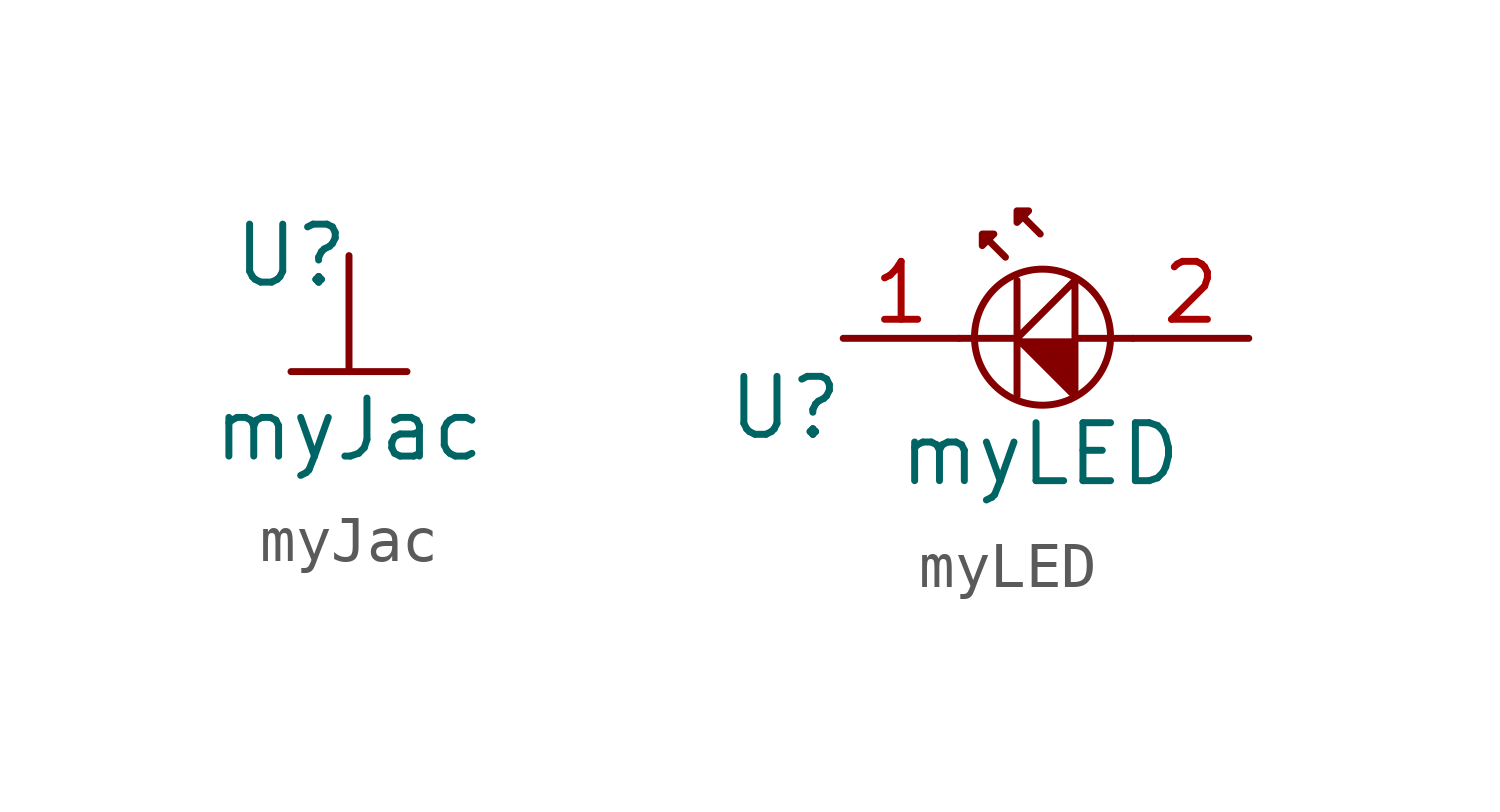
<source format=kicad_sym>
(kicad_symbol_lib
  (version 20211014)
  (generator kicad_symbol_editor)
  (symbol "myJac"
    (property "Reference" "U"
      (at -1.27 1.27 0)
      (effects (font (size 1.27 1.27))))
    (property "Value" "myJac"
      (at 0 -2.54 0)
      (effects (font (size 1.27 1.27))))
    (symbol "myJac_0_1"
      (polyline (pts (xy 0 -1.27) (xy 0 1.27) (xy 0 1.27)) (stroke (width 0) (type default) (color 0 0 0 0)) (fill (type none)))
      (polyline (pts (xy -1.27 -1.27) (xy 1.27 -1.27) (xy -1.27 -1.27) (xy 0 -1.27)) (stroke (width 0) (type default) (color 0 0 0 0)) (fill (type none)))))
  (symbol "myLED"
    (property "Reference" "U"
      (at -5.08 -1.524 0)
      (effects (font (size 1.27 1.27))))
    (property "Value" "myLED"
      (at 0.508 -2.54 0)
      (effects (font (size 1.27 1.27))))
    (symbol "myLED_0_1"
      (polyline (pts (xy 0.508 2.286) (xy 0 2.794) (xy 0 2.54) (xy 0.254 2.794) (xy 0 2.794)) (stroke (width 0) (type default) (color 0 0 0 0)) (fill (type none)))
      (polyline (pts (xy -0.254 1.778) (xy -0.762 2.286) (xy -0.762 2.032) (xy -0.508 2.286) (xy -0.762 2.286) (xy -0.508 2.032)) (stroke (width 0) (type default) (color 0 0 0 0)) (fill (type none)))
      (polyline (pts (xy 2.54 0) (xy 1.27 0) (xy 1.27 1.27) (xy 0 0) (xy 1.27 -1.27) (xy 1.27 0) (xy 1.27 1.27) (xy 0 0) (xy 0 1.27) (xy 0 -1.27) (xy 0 0) (xy -1.27 0) (xy 0 0)) (stroke (width 0) (type default) (color 0 0 0 0)) (fill (type outline)))
      (circle (center 0.559 0.025) (radius 1.491) (stroke (width 0) (type default) (color 0 0 0 0)) (fill (type none))))
    (symbol "myLED_1_1"
      (pin input line (at -3.81 0 0) (length 2.54) (name "" (effects (font (size 1.27 1.27)))) (number "1" (effects (font (size 1.27 1.27)))))
      (pin input line (at 5.08 0 180) (length 2.54) (name "" (effects (font (size 1.27 1.27)))) (number "2" (effects (font (size 1.27 1.27))))))))
</source>
